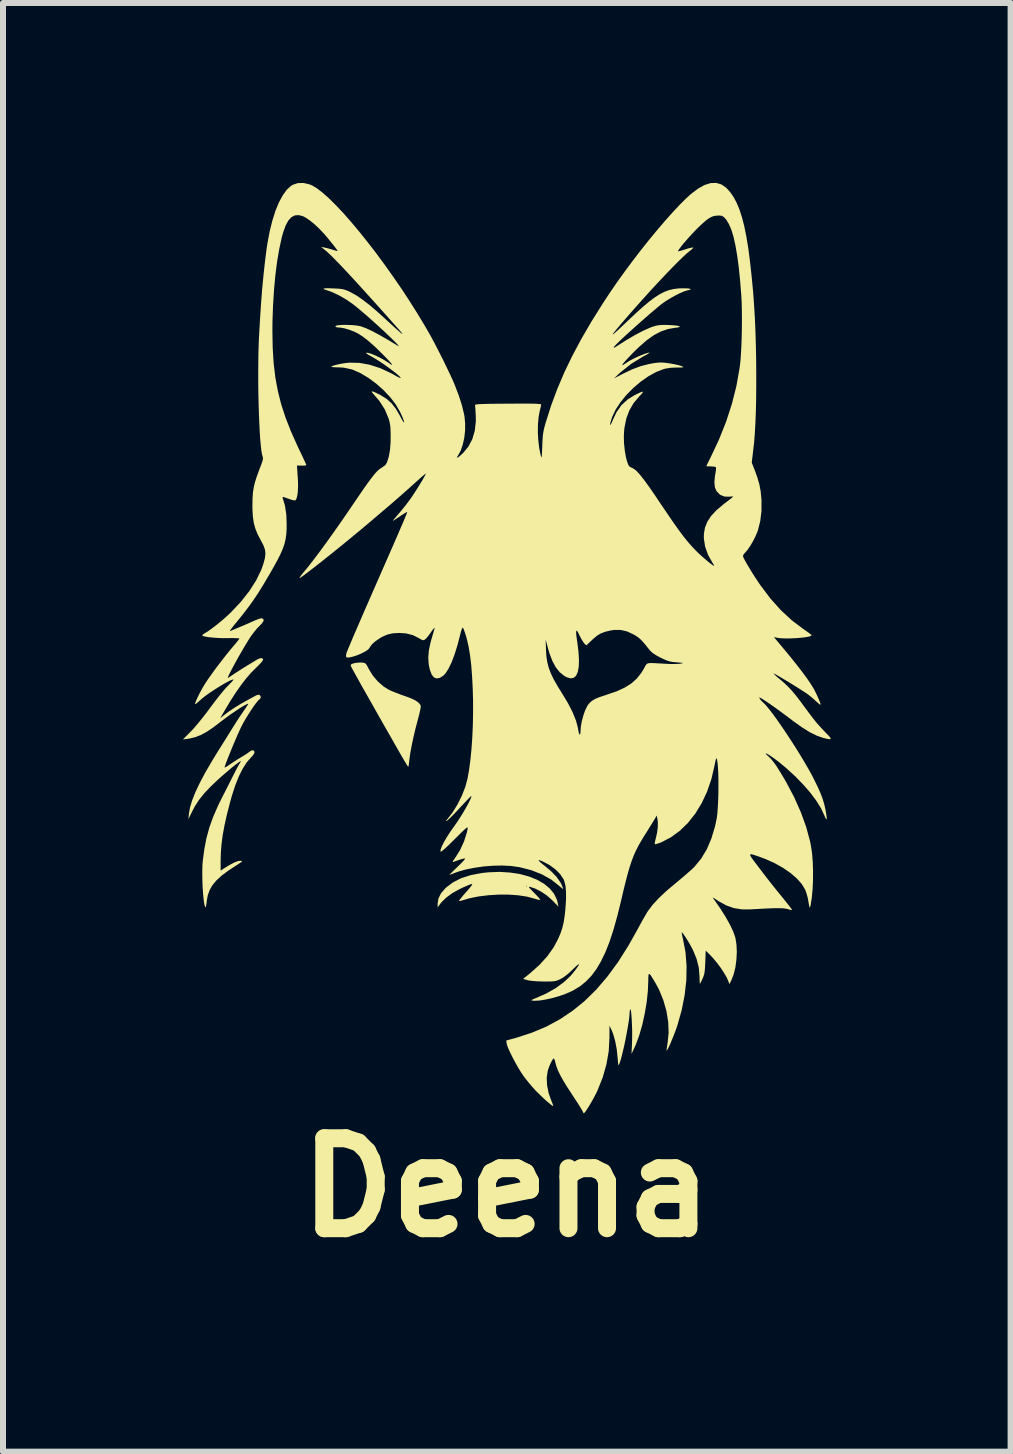
<source format=kicad_pcb>
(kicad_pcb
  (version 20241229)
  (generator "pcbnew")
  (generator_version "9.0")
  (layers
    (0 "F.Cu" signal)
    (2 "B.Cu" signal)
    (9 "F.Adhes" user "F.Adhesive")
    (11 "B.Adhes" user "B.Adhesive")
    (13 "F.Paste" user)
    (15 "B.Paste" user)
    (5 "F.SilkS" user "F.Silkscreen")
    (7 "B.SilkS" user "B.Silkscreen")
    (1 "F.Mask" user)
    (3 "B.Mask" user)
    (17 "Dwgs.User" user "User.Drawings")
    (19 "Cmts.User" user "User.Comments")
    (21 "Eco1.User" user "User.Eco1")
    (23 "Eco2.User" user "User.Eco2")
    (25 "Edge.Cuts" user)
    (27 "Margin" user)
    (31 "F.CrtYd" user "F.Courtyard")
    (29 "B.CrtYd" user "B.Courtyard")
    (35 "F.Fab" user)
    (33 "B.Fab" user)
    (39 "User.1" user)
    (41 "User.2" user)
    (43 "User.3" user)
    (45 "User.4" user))
  (footprint "Deena"
    (layer "F.Cu")
    (at 5.393 7.861)
    (property "Reference" "Deena" (at 0 8.89 0) (layer "F.SilkS") (effects (font (size 1.5 1.5) (thickness 0.3))))
    (attr board_only exclude_from_pos_files exclude_from_bom)
    (fp_poly (pts (xy -2.405 0.137) (xy -2.374 0.141) (xy -2.352 0.15) (xy -2.333 0.171) (xy -2.312 0.209) (xy -2.294 0.244) (xy -2.228 0.352) (xy -2.143 0.452) (xy -2.047 0.536) (xy -1.969 0.585) (xy -1.912 0.612) (xy -1.837 0.642) (xy -1.756 0.673) (xy -1.7 0.692) (xy -1.595 0.731) (xy -1.517 0.768) (xy -1.462 0.807) (xy -1.43 0.848) (xy -1.427 0.872) (xy -1.434 0.919) (xy -1.45 0.99) (xy -1.475 1.086) (xy -1.516 1.241) (xy -1.551 1.39) (xy -1.58 1.527) (xy -1.602 1.648) (xy -1.616 1.746) (xy -1.618 1.766) (xy -1.624 1.819) (xy -1.63 1.858) (xy -1.635 1.875) (xy -1.636 1.875) (xy -1.646 1.863) (xy -1.668 1.828) (xy -1.7 1.775) (xy -1.74 1.707) (xy -1.785 1.628) (xy -1.804 1.596) (xy -1.931 1.372) (xy -2.045 1.173) (xy -2.145 0.997) (xy -2.232 0.842) (xy -2.308 0.708) (xy -2.374 0.592) (xy -2.429 0.495) (xy -2.474 0.413) (xy -2.511 0.347) (xy -2.54 0.294) (xy -2.563 0.253) (xy -2.579 0.222) (xy -2.589 0.201) (xy -2.595 0.188) (xy -2.596 0.182) (xy -2.584 0.164) (xy -2.549 0.15) (xy -2.497 0.14) (xy -2.436 0.136)) (stroke (width 0) (type solid)) (fill yes) (layer "F.SilkS"))
    (fp_poly (pts (xy 0.062 3.638) (xy 0.227 3.663) (xy 0.377 3.704) (xy 0.512 3.758) (xy 0.628 3.825) (xy 0.723 3.903) (xy 0.796 3.993) (xy 0.843 4.091) (xy 0.857 4.146) (xy 0.868 4.206) (xy 0.765 4.1) (xy 0.68 4.024) (xy 0.583 3.958) (xy 0.484 3.907) (xy 0.397 3.877) (xy 0.38 3.875) (xy 0.377 3.881) (xy 0.389 3.899) (xy 0.419 3.931) (xy 0.46 3.973) (xy 0.505 4.019) (xy 0.54 4.057) (xy 0.561 4.084) (xy 0.566 4.092) (xy 0.553 4.095) (xy 0.519 4.088) (xy 0.472 4.074) (xy 0.465 4.072) (xy 0.342 4.039) (xy 0.197 4.017) (xy 0.038 4.006) (xy -0.129 4.006) (xy -0.297 4.016) (xy -0.46 4.036) (xy -0.611 4.066) (xy -0.726 4.1) (xy -0.763 4.111) (xy -0.786 4.113) (xy -0.789 4.11) (xy -0.78 4.094) (xy -0.754 4.062) (xy -0.717 4.016) (xy -0.67 3.963) (xy -0.668 3.96) (xy -0.618 3.903) (xy -0.586 3.864) (xy -0.586 3.864) (xy 0.328 3.864) (xy 0.335 3.871) (xy 0.342 3.864) (xy 0.335 3.856) (xy 0.328 3.864) (xy -0.586 3.864) (xy -0.571 3.842) (xy -0.569 3.831) (xy -0.58 3.83) (xy -0.59 3.832) (xy -0.62 3.843) (xy -0.67 3.864) (xy -0.732 3.891) (xy -0.783 3.916) (xy -0.899 3.98) (xy -1 4.054) (xy -1.081 4.132) (xy -1.121 4.184) (xy -1.145 4.221) (xy -1.146 4.155) (xy -1.132 4.069) (xy -1.09 3.985) (xy -1.018 3.901) (xy -1.003 3.887) (xy -0.889 3.801) (xy -0.753 3.732) (xy -0.594 3.681) (xy -0.412 3.646) (xy -0.298 3.634) (xy -0.113 3.627)) (stroke (width 0) (type solid)) (fill yes) (layer "F.SilkS"))
    (fp_poly (pts (xy 3.585 -7.836) (xy 3.664 -7.782) (xy 3.676 -7.77) (xy 3.737 -7.701) (xy 3.793 -7.619) (xy 3.843 -7.523) (xy 3.889 -7.411) (xy 3.931 -7.28) (xy 3.969 -7.131) (xy 4.003 -6.96) (xy 4.035 -6.766) (xy 4.063 -6.548) (xy 4.09 -6.303) (xy 4.116 -6.03) (xy 4.116 -6.03) (xy 4.13 -5.834) (xy 4.143 -5.623) (xy 4.153 -5.4) (xy 4.16 -5.169) (xy 4.165 -4.934) (xy 4.167 -4.7) (xy 4.167 -4.469) (xy 4.165 -4.247) (xy 4.16 -4.037) (xy 4.152 -3.843) (xy 4.142 -3.669) (xy 4.13 -3.519) (xy 4.124 -3.471) (xy 4.092 -3.197) (xy 4.137 -3.083) (xy 4.185 -2.951) (xy 4.219 -2.833) (xy 4.241 -2.718) (xy 4.252 -2.597) (xy 4.254 -2.574) (xy 4.254 -2.391) (xy 4.234 -2.224) (xy 4.195 -2.069) (xy 4.183 -2.036) (xy 4.152 -1.964) (xy 4.112 -1.885) (xy 4.067 -1.809) (xy 4.022 -1.743) (xy 3.982 -1.696) (xy 3.976 -1.691) (xy 3.953 -1.662) (xy 3.945 -1.639) (xy 3.953 -1.615) (xy 3.975 -1.571) (xy 4.009 -1.511) (xy 4.051 -1.44) (xy 4.099 -1.361) (xy 4.151 -1.28) (xy 4.204 -1.2) (xy 4.238 -1.15) (xy 4.405 -0.929) (xy 4.579 -0.735) (xy 4.762 -0.566) (xy 4.956 -0.42) (xy 4.958 -0.419) (xy 5.011 -0.382) (xy 5.054 -0.35) (xy 5.082 -0.328) (xy 5.089 -0.32) (xy 5.079 -0.307) (xy 5.044 -0.296) (xy 4.989 -0.286) (xy 4.921 -0.278) (xy 4.843 -0.271) (xy 4.761 -0.267) (xy 4.681 -0.265) (xy 4.606 -0.267) (xy 4.544 -0.272) (xy 4.52 -0.276) (xy 4.462 -0.287) (xy 4.642 -0.072) (xy 4.751 0.06) (xy 4.852 0.187) (xy 4.941 0.303) (xy 5.017 0.406) (xy 5.077 0.495) (xy 5.12 0.564) (xy 5.124 0.571) (xy 5.156 0.632) (xy 5.186 0.696) (xy 5.212 0.756) (xy 5.232 0.805) (xy 5.24 0.836) (xy 5.241 0.839) (xy 5.231 0.838) (xy 5.206 0.819) (xy 5.171 0.788) (xy 5.17 0.787) (xy 5.117 0.739) (xy 5.056 0.689) (xy 5.017 0.659) (xy 4.979 0.633) (xy 4.923 0.597) (xy 4.855 0.554) (xy 4.78 0.507) (xy 4.703 0.46) (xy 4.628 0.415) (xy 4.561 0.375) (xy 4.506 0.343) (xy 4.468 0.323) (xy 4.456 0.317) (xy 4.456 0.322) (xy 4.475 0.341) (xy 4.51 0.373) (xy 4.549 0.405) (xy 4.625 0.47) (xy 4.694 0.535) (xy 4.76 0.605) (xy 4.829 0.687) (xy 4.904 0.785) (xy 4.959 0.86) (xy 5.039 0.968) (xy 5.106 1.057) (xy 5.166 1.132) (xy 5.224 1.198) (xy 5.283 1.262) (xy 5.333 1.314) (xy 5.381 1.363) (xy 5.406 1.396) (xy 5.407 1.412) (xy 5.384 1.415) (xy 5.334 1.405) (xy 5.279 1.392) (xy 5.175 1.355) (xy 5.058 1.297) (xy 4.927 1.215) (xy 4.78 1.11) (xy 4.779 1.109) (xy 4.668 1.025) (xy 4.561 0.946) (xy 4.463 0.875) (xy 4.377 0.815) (xy 4.308 0.769) (xy 4.267 0.743) (xy 4.232 0.723) (xy 4.218 0.718) (xy 4.22 0.728) (xy 4.226 0.741) (xy 4.251 0.774) (xy 4.278 0.799) (xy 4.316 0.836) (xy 4.367 0.896) (xy 4.429 0.975) (xy 4.499 1.07) (xy 4.575 1.179) (xy 4.655 1.296) (xy 4.737 1.421) (xy 4.819 1.548) (xy 4.898 1.675) (xy 4.972 1.799) (xy 5.041 1.917) (xy 5.1 2.025) (xy 5.13 2.084) (xy 5.191 2.208) (xy 5.238 2.314) (xy 5.273 2.407) (xy 5.3 2.495) (xy 5.32 2.583) (xy 5.323 2.6) (xy 5.336 2.676) (xy 5.342 2.726) (xy 5.34 2.75) (xy 5.331 2.747) (xy 5.315 2.716) (xy 5.302 2.685) (xy 5.248 2.569) (xy 5.17 2.443) (xy 5.071 2.31) (xy 4.952 2.173) (xy 4.818 2.035) (xy 4.671 1.9) (xy 4.541 1.792) (xy 4.482 1.748) (xy 4.429 1.71) (xy 4.384 1.68) (xy 4.349 1.66) (xy 4.328 1.651) (xy 4.324 1.655) (xy 4.338 1.672) (xy 4.374 1.705) (xy 4.375 1.706) (xy 4.412 1.742) (xy 4.452 1.791) (xy 4.498 1.854) (xy 4.55 1.936) (xy 4.613 2.039) (xy 4.661 2.121) (xy 4.797 2.377) (xy 4.91 2.631) (xy 5 2.88) (xy 5.065 3.121) (xy 5.079 3.194) (xy 5.098 3.319) (xy 5.109 3.462) (xy 5.114 3.615) (xy 5.113 3.77) (xy 5.106 3.92) (xy 5.093 4.059) (xy 5.074 4.178) (xy 5.065 4.213) (xy 5.06 4.224) (xy 5.053 4.209) (xy 5.044 4.166) (xy 5.038 4.129) (xy 5.025 4.058) (xy 5.005 3.986) (xy 4.984 3.927) (xy 4.983 3.924) (xy 4.926 3.83) (xy 4.843 3.736) (xy 4.737 3.645) (xy 4.612 3.559) (xy 4.471 3.48) (xy 4.317 3.411) (xy 4.243 3.384) (xy 4.17 3.358) (xy 4.116 3.34) (xy 4.082 3.332) (xy 4.066 3.337) (xy 4.068 3.356) (xy 4.089 3.391) (xy 4.128 3.445) (xy 4.185 3.52) (xy 4.222 3.569) (xy 4.289 3.657) (xy 4.36 3.749) (xy 4.43 3.838) (xy 4.493 3.917) (xy 4.54 3.975) (xy 4.619 4.072) (xy 4.679 4.147) (xy 4.723 4.202) (xy 4.75 4.239) (xy 4.763 4.259) (xy 4.764 4.263) (xy 4.752 4.263) (xy 4.719 4.255) (xy 4.694 4.248) (xy 4.663 4.241) (xy 4.623 4.235) (xy 4.571 4.233) (xy 4.504 4.232) (xy 4.419 4.234) (xy 4.313 4.239) (xy 4.182 4.246) (xy 4.072 4.252) (xy 3.927 4.252) (xy 3.795 4.231) (xy 3.669 4.187) (xy 3.543 4.118) (xy 3.499 4.089) (xy 3.462 4.064) (xy 3.445 4.056) (xy 3.446 4.063) (xy 3.458 4.08) (xy 3.565 4.233) (xy 3.655 4.376) (xy 3.728 4.506) (xy 3.783 4.622) (xy 3.817 4.72) (xy 3.819 4.727) (xy 3.837 4.836) (xy 3.843 4.961) (xy 3.836 5.091) (xy 3.819 5.219) (xy 3.79 5.336) (xy 3.752 5.434) (xy 3.751 5.436) (xy 3.719 5.499) (xy 3.701 5.447) (xy 3.673 5.385) (xy 3.628 5.309) (xy 3.573 5.225) (xy 3.51 5.141) (xy 3.445 5.063) (xy 3.39 5.005) (xy 3.324 4.94) (xy 3.317 5.132) (xy 3.313 5.216) (xy 3.308 5.277) (xy 3.301 5.324) (xy 3.289 5.364) (xy 3.273 5.405) (xy 3.271 5.408) (xy 3.25 5.453) (xy 3.234 5.483) (xy 3.227 5.494) (xy 3.225 5.48) (xy 3.223 5.444) (xy 3.221 5.391) (xy 3.221 5.371) (xy 3.209 5.224) (xy 3.173 5.08) (xy 3.118 4.945) (xy 3.092 4.893) (xy 3.06 4.834) (xy 3.025 4.775) (xy 2.99 4.72) (xy 2.96 4.675) (xy 2.937 4.644) (xy 2.924 4.634) (xy 2.924 4.635) (xy 2.925 4.651) (xy 2.932 4.688) (xy 2.943 4.739) (xy 2.946 4.751) (xy 2.987 4.965) (xy 3.005 5.194) (xy 3.001 5.433) (xy 2.973 5.681) (xy 2.924 5.932) (xy 2.853 6.182) (xy 2.846 6.205) (xy 2.82 6.278) (xy 2.791 6.354) (xy 2.761 6.427) (xy 2.733 6.495) (xy 2.707 6.55) (xy 2.687 6.589) (xy 2.675 6.607) (xy 2.672 6.608) (xy 2.672 6.591) (xy 2.677 6.553) (xy 2.685 6.5) (xy 2.689 6.476) (xy 2.706 6.308) (xy 2.699 6.129) (xy 2.669 5.946) (xy 2.617 5.764) (xy 2.545 5.589) (xy 2.486 5.479) (xy 2.441 5.405) (xy 2.41 5.356) (xy 2.389 5.331) (xy 2.376 5.33) (xy 2.37 5.35) (xy 2.367 5.391) (xy 2.367 5.427) (xy 2.36 5.607) (xy 2.34 5.797) (xy 2.308 5.988) (xy 2.267 6.175) (xy 2.216 6.351) (xy 2.159 6.507) (xy 2.129 6.573) (xy 2.087 6.663) (xy 2.095 6.491) (xy 2.097 6.417) (xy 2.098 6.333) (xy 2.097 6.246) (xy 2.094 6.161) (xy 2.09 6.081) (xy 2.085 6.012) (xy 2.08 5.959) (xy 2.074 5.927) (xy 2.068 5.919) (xy 2.059 5.938) (xy 2.055 5.974) (xy 2.055 5.982) (xy 2.051 6.038) (xy 2.041 6.116) (xy 2.026 6.211) (xy 2.007 6.316) (xy 1.986 6.426) (xy 1.963 6.535) (xy 1.939 6.636) (xy 1.917 6.724) (xy 1.897 6.793) (xy 1.886 6.822) (xy 1.877 6.844) (xy 1.87 6.85) (xy 1.866 6.838) (xy 1.862 6.804) (xy 1.857 6.745) (xy 1.856 6.734) (xy 1.84 6.582) (xy 1.814 6.445) (xy 1.78 6.328) (xy 1.76 6.278) (xy 1.72 6.191) (xy 1.719 6.397) (xy 1.707 6.617) (xy 1.669 6.835) (xy 1.607 7.054) (xy 1.517 7.278) (xy 1.509 7.295) (xy 1.482 7.349) (xy 1.449 7.411) (xy 1.412 7.476) (xy 1.376 7.537) (xy 1.342 7.59) (xy 1.314 7.63) (xy 1.296 7.651) (xy 1.293 7.653) (xy 1.281 7.64) (xy 1.273 7.622) (xy 1.262 7.6) (xy 1.237 7.558) (xy 1.201 7.5) (xy 1.156 7.431) (xy 1.105 7.354) (xy 1.098 7.343) (xy 1.015 7.215) (xy 0.949 7.107) (xy 0.898 7.016) (xy 0.86 6.937) (xy 0.834 6.868) (xy 0.818 6.809) (xy 0.807 6.767) (xy 0.795 6.742) (xy 0.788 6.738) (xy 0.769 6.76) (xy 0.746 6.802) (xy 0.721 6.856) (xy 0.7 6.914) (xy 0.69 6.946) (xy 0.673 7.059) (xy 0.679 7.184) (xy 0.705 7.316) (xy 0.751 7.445) (xy 0.757 7.459) (xy 0.773 7.498) (xy 0.781 7.525) (xy 0.781 7.532) (xy 0.767 7.526) (xy 0.736 7.503) (xy 0.691 7.466) (xy 0.638 7.419) (xy 0.58 7.364) (xy 0.521 7.306) (xy 0.495 7.281) (xy 0.437 7.217) (xy 0.372 7.141) (xy 0.312 7.065) (xy 0.289 7.035) (xy 0.244 6.968) (xy 0.196 6.889) (xy 0.148 6.804) (xy 0.102 6.717) (xy 0.062 6.636) (xy 0.03 6.565) (xy 0.01 6.51) (xy 0.006 6.491) (xy -0.002 6.439) (xy 0.169 6.392) (xy 0.424 6.309) (xy 0.665 6.208) (xy 0.891 6.086) (xy 1.105 5.943) (xy 1.308 5.778) (xy 1.5 5.589) (xy 1.684 5.374) (xy 1.86 5.134) (xy 2.03 4.866) (xy 2.186 4.589) (xy 2.23 4.507) (xy 2.274 4.427) (xy 2.315 4.356) (xy 2.348 4.3) (xy 2.363 4.277) (xy 2.44 4.175) (xy 2.542 4.064) (xy 2.671 3.943) (xy 2.827 3.812) (xy 2.835 3.805) (xy 2.911 3.742) (xy 2.986 3.678) (xy 3.055 3.618) (xy 3.111 3.567) (xy 3.137 3.541) (xy 3.248 3.407) (xy 3.343 3.249) (xy 3.42 3.067) (xy 3.481 2.863) (xy 3.508 2.732) (xy 3.518 2.66) (xy 3.525 2.564) (xy 3.531 2.452) (xy 3.535 2.329) (xy 3.536 2.203) (xy 3.536 2.08) (xy 3.533 1.966) (xy 3.527 1.867) (xy 3.523 1.824) (xy 3.516 1.767) (xy 3.508 1.737) (xy 3.5 1.734) (xy 3.491 1.76) (xy 3.479 1.814) (xy 3.47 1.861) (xy 3.418 2.082) (xy 3.347 2.289) (xy 3.257 2.481) (xy 3.151 2.655) (xy 3.029 2.809) (xy 2.894 2.941) (xy 2.746 3.049) (xy 2.588 3.132) (xy 2.575 3.137) (xy 2.527 3.154) (xy 2.492 3.165) (xy 2.476 3.165) (xy 2.475 3.148) (xy 2.481 3.111) (xy 2.491 3.071) (xy 2.513 2.975) (xy 2.525 2.88) (xy 2.526 2.797) (xy 2.52 2.747) (xy 2.508 2.688) (xy 2.45 2.785) (xy 2.416 2.84) (xy 2.373 2.909) (xy 2.328 2.982) (xy 2.302 3.022) (xy 2.25 3.108) (xy 2.204 3.188) (xy 2.163 3.268) (xy 2.126 3.35) (xy 2.092 3.438) (xy 2.059 3.537) (xy 2.026 3.649) (xy 1.992 3.78) (xy 1.954 3.932) (xy 1.913 4.109) (xy 1.913 4.109) (xy 1.85 4.363) (xy 1.787 4.588) (xy 1.722 4.788) (xy 1.653 4.963) (xy 1.58 5.115) (xy 1.502 5.247) (xy 1.419 5.359) (xy 1.328 5.454) (xy 1.229 5.534) (xy 1.121 5.6) (xy 1.083 5.619) (xy 0.985 5.662) (xy 0.876 5.7) (xy 0.763 5.732) (xy 0.653 5.756) (xy 0.553 5.772) (xy 0.469 5.776) (xy 0.439 5.774) (xy 0.421 5.771) (xy 0.421 5.764) (xy 0.442 5.752) (xy 0.488 5.733) (xy 0.501 5.728) (xy 0.667 5.654) (xy 0.82 5.567) (xy 0.955 5.469) (xy 1.067 5.365) (xy 1.107 5.318) (xy 1.161 5.25) (xy 1.195 5.201) (xy 1.211 5.173) (xy 1.207 5.166) (xy 1.185 5.181) (xy 1.144 5.218) (xy 1.11 5.251) (xy 1.024 5.331) (xy 0.949 5.388) (xy 0.899 5.416) (xy 0.861 5.433) (xy 0.828 5.444) (xy 0.792 5.451) (xy 0.746 5.454) (xy 0.683 5.455) (xy 0.618 5.455) (xy 0.524 5.452) (xy 0.441 5.446) (xy 0.377 5.438) (xy 0.352 5.432) (xy 0.279 5.411) (xy 0.389 5.323) (xy 0.549 5.181) (xy 0.682 5.035) (xy 0.79 4.883) (xy 0.862 4.747) (xy 0.904 4.65) (xy 0.935 4.555) (xy 0.958 4.455) (xy 0.975 4.34) (xy 0.984 4.251) (xy 0.995 4.094) (xy 0.995 3.963) (xy 0.986 3.858) (xy 0.965 3.777) (xy 0.953 3.748) (xy 0.897 3.664) (xy 0.817 3.584) (xy 0.719 3.512) (xy 0.609 3.454) (xy 0.572 3.439) (xy 0.543 3.431) (xy 0.539 3.439) (xy 0.561 3.462) (xy 0.607 3.501) (xy 0.638 3.525) (xy 0.75 3.619) (xy 0.838 3.711) (xy 0.9 3.8) (xy 0.916 3.83) (xy 0.934 3.872) (xy 0.946 3.902) (xy 0.947 3.912) (xy 0.935 3.905) (xy 0.907 3.883) (xy 0.884 3.863) (xy 0.748 3.755) (xy 0.59 3.667) (xy 0.414 3.598) (xy 0.223 3.549) (xy 0.075 3.528) (xy -0.064 3.521) (xy -0.217 3.524) (xy -0.375 3.536) (xy -0.53 3.558) (xy -0.675 3.587) (xy -0.803 3.623) (xy -0.855 3.642) (xy -0.901 3.66) (xy -0.936 3.673) (xy -0.95 3.677) (xy -0.942 3.668) (xy -0.916 3.642) (xy -0.877 3.603) (xy -0.827 3.555) (xy -0.817 3.545) (xy -0.765 3.495) (xy -0.724 3.452) (xy -0.696 3.421) (xy -0.686 3.405) (xy -0.686 3.404) (xy -0.704 3.404) (xy -0.743 3.413) (xy -0.797 3.43) (xy -0.859 3.452) (xy -0.884 3.463) (xy -0.895 3.462) (xy -0.887 3.442) (xy -0.86 3.402) (xy -0.853 3.393) (xy -0.772 3.264) (xy -0.706 3.12) (xy -0.659 2.972) (xy -0.647 2.914) (xy -0.644 2.897) (xy -0.646 2.887) (xy -0.654 2.887) (xy -0.672 2.899) (xy -0.701 2.924) (xy -0.744 2.965) (xy -0.803 3.024) (xy -0.865 3.085) (xy -0.945 3.164) (xy -1.006 3.222) (xy -1.05 3.261) (xy -1.079 3.283) (xy -1.095 3.29) (xy -1.099 3.286) (xy -1.095 3.251) (xy -1.074 3.197) (xy -1.039 3.127) (xy -0.991 3.045) (xy -0.933 2.956) (xy -0.867 2.862) (xy -0.864 2.859) (xy -0.821 2.797) (xy -0.775 2.726) (xy -0.728 2.651) (xy -0.684 2.576) (xy -0.645 2.506) (xy -0.613 2.445) (xy -0.591 2.397) (xy -0.582 2.368) (xy -0.582 2.361) (xy -0.594 2.369) (xy -0.622 2.397) (xy -0.663 2.439) (xy -0.715 2.494) (xy -0.771 2.554) (xy -0.831 2.619) (xy -0.887 2.678) (xy -0.934 2.725) (xy -0.969 2.757) (xy -0.986 2.771) (xy -1.006 2.78) (xy -1.008 2.776) (xy -0.99 2.754) (xy -0.981 2.745) (xy -0.896 2.635) (xy -0.815 2.503) (xy -0.743 2.359) (xy -0.685 2.211) (xy -0.679 2.191) (xy -0.648 2.073) (xy -0.622 1.93) (xy -0.6 1.765) (xy -0.582 1.584) (xy -0.568 1.389) (xy -0.559 1.186) (xy -0.555 0.979) (xy -0.555 0.77) (xy -0.561 0.566) (xy -0.571 0.369) (xy -0.585 0.184) (xy -0.605 0.016) (xy -0.63 -0.133) (xy -0.634 -0.149) (xy -0.651 -0.224) (xy -0.657 -0.246) (xy 0.655 -0.246) (xy 0.661 -0.074) (xy 0.668 0.034) (xy 0.683 0.133) (xy 0.708 0.228) (xy 0.745 0.324) (xy 0.796 0.428) (xy 0.863 0.544) (xy 0.923 0.64) (xy 1.026 0.811) (xy 1.106 0.967) (xy 1.162 1.107) (xy 1.195 1.233) (xy 1.2 1.267) (xy 1.209 1.313) (xy 1.22 1.336) (xy 1.23 1.335) (xy 1.235 1.307) (xy 1.236 1.291) (xy 1.242 1.205) (xy 1.259 1.11) (xy 1.285 1.015) (xy 1.316 0.928) (xy 1.351 0.858) (xy 1.371 0.829) (xy 1.404 0.794) (xy 1.442 0.765) (xy 1.491 0.738) (xy 1.556 0.712) (xy 1.643 0.683) (xy 1.682 0.67) (xy 1.84 0.616) (xy 1.972 0.555) (xy 2.082 0.487) (xy 2.172 0.407) (xy 2.247 0.314) (xy 2.293 0.238) (xy 2.311 0.204) (xy 2.325 0.179) (xy 2.34 0.161) (xy 2.361 0.15) (xy 2.391 0.145) (xy 2.435 0.145) (xy 2.497 0.148) (xy 2.583 0.153) (xy 2.636 0.156) (xy 2.716 0.16) (xy 2.792 0.161) (xy 2.856 0.159) (xy 2.897 0.156) (xy 2.931 0.149) (xy 2.946 0.145) (xy 2.939 0.142) (xy 2.908 0.139) (xy 2.85 0.134) (xy 2.839 0.133) (xy 2.774 0.127) (xy 2.721 0.117) (xy 2.672 0.101) (xy 2.613 0.075) (xy 2.571 0.055) (xy 2.499 0.016) (xy 2.446 -0.018) (xy 2.405 -0.054) (xy 2.375 -0.089) (xy 2.319 -0.16) (xy 2.275 -0.211) (xy 2.239 -0.249) (xy 2.205 -0.278) (xy 2.168 -0.304) (xy 2.131 -0.327) (xy 2.017 -0.381) (xy 1.907 -0.407) (xy 1.793 -0.407) (xy 1.731 -0.397) (xy 1.643 -0.375) (xy 1.573 -0.348) (xy 1.512 -0.311) (xy 1.447 -0.257) (xy 1.425 -0.236) (xy 1.334 -0.15) (xy 1.301 -0.18) (xy 1.28 -0.208) (xy 1.252 -0.254) (xy 1.223 -0.309) (xy 1.219 -0.317) (xy 1.194 -0.368) (xy 1.176 -0.394) (xy 1.166 -0.394) (xy 1.163 -0.368) (xy 1.167 -0.314) (xy 1.178 -0.232) (xy 1.183 -0.204) (xy 1.203 -0.042) (xy 1.211 0.095) (xy 1.207 0.207) (xy 1.191 0.294) (xy 1.163 0.356) (xy 1.123 0.391) (xy 1.071 0.4) (xy 1.008 0.382) (xy 0.964 0.358) (xy 0.89 0.298) (xy 0.825 0.217) (xy 0.769 0.114) (xy 0.719 -0.016) (xy 0.692 -0.11) (xy 0.655 -0.246) (xy -0.657 -0.246) (xy -0.67 -0.297) (xy -0.69 -0.36) (xy -0.708 -0.41) (xy -0.722 -0.44) (xy -0.729 -0.447) (xy -0.738 -0.433) (xy -0.751 -0.398) (xy -0.765 -0.348) (xy -0.767 -0.339) (xy -0.814 -0.157) (xy -0.863 0.001) (xy -0.913 0.133) (xy -0.964 0.238) (xy -1.014 0.316) (xy -1.052 0.356) (xy -1.112 0.393) (xy -1.164 0.402) (xy -1.209 0.383) (xy -1.246 0.335) (xy -1.275 0.258) (xy -1.294 0.169) (xy -1.302 0.056) (xy -1.292 -0.067) (xy -1.263 -0.203) (xy -1.236 -0.297) (xy -1.218 -0.357) (xy -1.204 -0.405) (xy -1.197 -0.436) (xy -1.197 -0.443) (xy -1.208 -0.435) (xy -1.23 -0.407) (xy -1.26 -0.366) (xy -1.264 -0.359) (xy -1.299 -0.311) (xy -1.332 -0.272) (xy -1.356 -0.248) (xy -1.356 -0.248) (xy -1.377 -0.237) (xy -1.398 -0.237) (xy -1.428 -0.252) (xy -1.457 -0.27) (xy -1.558 -0.32) (xy -1.669 -0.349) (xy -1.787 -0.357) (xy -1.892 -0.351) (xy -1.982 -0.331) (xy -2.069 -0.293) (xy -2.121 -0.262) (xy -2.188 -0.215) (xy -2.236 -0.173) (xy -2.271 -0.126) (xy -2.285 -0.103) (xy -2.31 -0.076) (xy -2.355 -0.047) (xy -2.413 -0.017) (xy -2.477 0.011) (xy -2.541 0.033) (xy -2.599 0.048) (xy -2.644 0.054) (xy -2.669 0.047) (xy -2.675 0.022) (xy -2.665 -0.023) (xy -2.665 -0.025) (xy -2.653 -0.055) (xy -2.63 -0.111) (xy -2.597 -0.19) (xy -2.554 -0.292) (xy -2.501 -0.414) (xy -2.44 -0.555) (xy -2.372 -0.713) (xy -2.296 -0.886) (xy -2.218 -1.065) (xy -2.12 -1.288) (xy -2.034 -1.485) (xy -1.958 -1.658) (xy -1.892 -1.808) (xy -1.836 -1.937) (xy -1.789 -2.046) (xy -1.75 -2.137) (xy -1.718 -2.21) (xy -1.694 -2.268) (xy -1.676 -2.312) (xy -1.663 -2.343) (xy -1.656 -2.363) (xy -1.653 -2.374) (xy -1.653 -2.375) (xy -1.664 -2.371) (xy -1.694 -2.353) (xy -1.738 -2.326) (xy -1.761 -2.311) (xy -1.812 -2.276) (xy -1.856 -2.248) (xy -1.885 -2.229) (xy -1.89 -2.226) (xy -1.89 -2.231) (xy -1.873 -2.254) (xy -1.841 -2.292) (xy -1.801 -2.338) (xy -1.742 -2.408) (xy -1.677 -2.489) (xy -1.616 -2.57) (xy -1.59 -2.606) (xy -1.551 -2.664) (xy -1.508 -2.73) (xy -1.465 -2.798) (xy -1.424 -2.865) (xy -1.389 -2.924) (xy -1.362 -2.973) (xy -1.346 -3.005) (xy -1.343 -3.015) (xy -1.355 -3.007) (xy -1.385 -2.982) (xy -1.429 -2.944) (xy -1.484 -2.895) (xy -1.519 -2.863) (xy -1.638 -2.756) (xy -1.776 -2.634) (xy -1.928 -2.502) (xy -2.091 -2.363) (xy -2.258 -2.221) (xy -2.426 -2.079) (xy -2.591 -1.943) (xy -2.747 -1.815) (xy -2.784 -1.785) (xy -2.907 -1.686) (xy -3.022 -1.594) (xy -3.128 -1.51) (xy -3.222 -1.437) (xy -3.303 -1.375) (xy -3.368 -1.325) (xy -3.415 -1.291) (xy -3.443 -1.273) (xy -3.45 -1.271) (xy -3.444 -1.285) (xy -3.424 -1.315) (xy -3.391 -1.356) (xy -3.384 -1.365) (xy -3.306 -1.459) (xy -3.215 -1.576) (xy -3.111 -1.714) (xy -2.996 -1.871) (xy -2.871 -2.046) (xy -2.738 -2.236) (xy -2.598 -2.44) (xy -2.541 -2.524) (xy -2.45 -2.658) (xy -2.373 -2.77) (xy -2.308 -2.861) (xy -2.254 -2.934) (xy -2.209 -2.992) (xy -2.171 -3.036) (xy -2.138 -3.069) (xy -2.109 -3.093) (xy -2.081 -3.111) (xy -2.076 -3.114) (xy -2.02 -3.154) (xy -1.99 -3.201) (xy -1.96 -3.297) (xy -1.94 -3.41) (xy -1.93 -3.544) (xy -1.929 -3.625) (xy -1.93 -3.714) (xy -1.933 -3.782) (xy -1.94 -3.838) (xy -1.951 -3.889) (xy -1.963 -3.931) (xy -2.026 -4.083) (xy -2.116 -4.224) (xy -2.188 -4.308) (xy -2.225 -4.35) (xy -2.244 -4.376) (xy -2.242 -4.386) (xy -2.218 -4.381) (xy -2.171 -4.36) (xy -2.1 -4.324) (xy -2.094 -4.321) (xy -1.997 -4.261) (xy -1.915 -4.188) (xy -1.844 -4.097) (xy -1.777 -3.983) (xy -1.77 -3.969) (xy -1.738 -3.909) (xy -1.716 -3.875) (xy -1.705 -3.865) (xy -1.705 -3.877) (xy -1.715 -3.91) (xy -1.735 -3.961) (xy -1.765 -4.028) (xy -1.772 -4.042) (xy -1.842 -4.164) (xy -1.935 -4.286) (xy -2.046 -4.404) (xy -2.17 -4.514) (xy -2.3 -4.61) (xy -2.432 -4.689) (xy -2.56 -4.746) (xy -2.583 -4.753) (xy -2.715 -4.781) (xy -2.809 -4.786) (xy -2.864 -4.787) (xy -2.903 -4.791) (xy -2.921 -4.795) (xy -2.921 -4.797) (xy -2.892 -4.812) (xy -2.841 -4.827) (xy -2.775 -4.842) (xy -2.701 -4.855) (xy -2.627 -4.863) (xy -2.612 -4.864) (xy -2.449 -4.86) (xy -2.278 -4.829) (xy -2.102 -4.772) (xy -1.924 -4.689) (xy -1.873 -4.661) (xy -1.824 -4.633) (xy -1.785 -4.614) (xy -1.763 -4.606) (xy -1.761 -4.606) (xy -1.767 -4.62) (xy -1.793 -4.647) (xy -1.837 -4.685) (xy -1.894 -4.729) (xy -1.96 -4.778) (xy -2.031 -4.829) (xy -2.104 -4.878) (xy -2.174 -4.923) (xy -2.237 -4.96) (xy -2.261 -4.973) (xy -2.305 -4.998) (xy -2.333 -5.018) (xy -2.341 -5.029) (xy -2.34 -5.029) (xy -2.309 -5.028) (xy -2.259 -5.014) (xy -2.196 -4.989) (xy -2.126 -4.956) (xy -2.054 -4.918) (xy -1.987 -4.877) (xy -1.96 -4.859) (xy -1.922 -4.833) (xy -1.905 -4.826) (xy -1.908 -4.837) (xy -1.931 -4.866) (xy -1.976 -4.915) (xy -2.042 -4.983) (xy -2.071 -5.012) (xy -2.193 -5.132) (xy -2.301 -5.227) (xy -2.397 -5.301) (xy -2.472 -5.349) (xy -2.539 -5.382) (xy -2.617 -5.412) (xy -2.695 -5.435) (xy -2.761 -5.448) (xy -2.786 -5.449) (xy -2.827 -5.453) (xy -2.849 -5.463) (xy -2.848 -5.475) (xy -2.825 -5.485) (xy -2.778 -5.491) (xy -2.711 -5.494) (xy -2.633 -5.493) (xy -2.553 -5.489) (xy -2.482 -5.481) (xy -2.429 -5.471) (xy -2.426 -5.47) (xy -2.344 -5.44) (xy -2.24 -5.392) (xy -2.116 -5.326) (xy -1.973 -5.244) (xy -1.813 -5.147) (xy -1.809 -5.144) (xy -1.794 -5.138) (xy -1.799 -5.148) (xy -1.821 -5.174) (xy -1.859 -5.213) (xy -1.909 -5.263) (xy -1.97 -5.321) (xy -2.038 -5.386) (xy -2.112 -5.454) (xy -2.189 -5.524) (xy -2.267 -5.594) (xy -2.343 -5.661) (xy -2.415 -5.722) (xy -2.48 -5.777) (xy -2.536 -5.822) (xy -2.559 -5.84) (xy -2.673 -5.919) (xy -2.792 -5.987) (xy -2.907 -6.041) (xy -2.985 -6.069) (xy -3.03 -6.083) (xy -3.049 -6.094) (xy -3.041 -6.101) (xy -3.006 -6.104) (xy -2.943 -6.104) (xy -2.864 -6.101) (xy -2.79 -6.097) (xy -2.735 -6.09) (xy -2.688 -6.078) (xy -2.639 -6.059) (xy -2.604 -6.042) (xy -2.508 -5.99) (xy -2.402 -5.918) (xy -2.282 -5.826) (xy -2.149 -5.712) (xy -2.056 -5.628) (xy -1.953 -5.533) (xy -1.87 -5.457) (xy -1.807 -5.401) (xy -1.764 -5.363) (xy -1.739 -5.344) (xy -1.732 -5.342) (xy -1.741 -5.357) (xy -1.767 -5.388) (xy -1.807 -5.434) (xy -1.847 -5.479) (xy -2.049 -5.705) (xy -2.231 -5.908) (xy -2.395 -6.089) (xy -2.54 -6.248) (xy -2.667 -6.385) (xy -2.775 -6.5) (xy -2.866 -6.593) (xy -2.938 -6.665) (xy -2.993 -6.716) (xy -3.015 -6.734) (xy -3.089 -6.794) (xy -3.03 -6.783) (xy -2.98 -6.771) (xy -2.92 -6.755) (xy -2.892 -6.746) (xy -2.85 -6.733) (xy -2.821 -6.726) (xy -2.814 -6.727) (xy -2.823 -6.744) (xy -2.848 -6.778) (xy -2.885 -6.826) (xy -2.93 -6.882) (xy -2.979 -6.942) (xy -3.029 -7.001) (xy -3.05 -7.024) (xy -3.123 -7.101) (xy -3.199 -7.172) (xy -3.274 -7.233) (xy -3.342 -7.28) (xy -3.385 -7.303) (xy -3.459 -7.324) (xy -3.525 -7.32) (xy -3.583 -7.29) (xy -3.634 -7.235) (xy -3.68 -7.151) (xy -3.72 -7.04) (xy -3.743 -6.959) (xy -3.785 -6.768) (xy -3.822 -6.553) (xy -3.852 -6.318) (xy -3.875 -6.067) (xy -3.891 -5.804) (xy -3.9 -5.535) (xy -3.901 -5.386) (xy -3.896 -5.109) (xy -3.88 -4.855) (xy -3.852 -4.618) (xy -3.81 -4.391) (xy -3.754 -4.169) (xy -3.681 -3.945) (xy -3.59 -3.714) (xy -3.481 -3.47) (xy -3.453 -3.411) (xy -3.415 -3.333) (xy -3.383 -3.264) (xy -3.357 -3.208) (xy -3.34 -3.171) (xy -3.335 -3.156) (xy -3.348 -3.15) (xy -3.383 -3.147) (xy -3.413 -3.147) (xy -3.491 -3.149) (xy -3.488 -3.097) (xy -3.486 -3.059) (xy -3.482 -3.002) (xy -3.477 -2.933) (xy -3.475 -2.896) (xy -3.473 -2.808) (xy -3.476 -2.727) (xy -3.484 -2.657) (xy -3.497 -2.603) (xy -3.513 -2.572) (xy -3.52 -2.567) (xy -3.543 -2.568) (xy -3.584 -2.578) (xy -3.636 -2.596) (xy -3.64 -2.597) (xy -3.691 -2.616) (xy -3.72 -2.624) (xy -3.732 -2.622) (xy -3.731 -2.611) (xy -3.73 -2.609) (xy -3.692 -2.482) (xy -3.669 -2.331) (xy -3.663 -2.174) (xy -3.664 -2.081) (xy -3.67 -1.997) (xy -3.681 -1.92) (xy -3.699 -1.844) (xy -3.726 -1.765) (xy -3.763 -1.679) (xy -3.811 -1.582) (xy -3.873 -1.469) (xy -3.948 -1.337) (xy -3.969 -1.302) (xy -4.056 -1.155) (xy -4.134 -1.029) (xy -4.209 -0.917) (xy -4.283 -0.812) (xy -4.361 -0.709) (xy -4.42 -0.634) (xy -4.487 -0.551) (xy -4.538 -0.489) (xy -4.573 -0.444) (xy -4.596 -0.414) (xy -4.608 -0.397) (xy -4.611 -0.389) (xy -4.608 -0.388) (xy -4.6 -0.391) (xy -4.578 -0.4) (xy -4.535 -0.418) (xy -4.478 -0.442) (xy -4.437 -0.459) (xy -4.363 -0.49) (xy -4.286 -0.524) (xy -4.218 -0.554) (xy -4.196 -0.564) (xy -4.144 -0.585) (xy -4.101 -0.599) (xy -4.075 -0.602) (xy -4.074 -0.602) (xy -4.049 -0.584) (xy -4.048 -0.558) (xy -4.073 -0.52) (xy -4.109 -0.482) (xy -4.155 -0.435) (xy -4.205 -0.374) (xy -4.251 -0.313) (xy -4.256 -0.307) (xy -4.29 -0.255) (xy -4.33 -0.19) (xy -4.375 -0.115) (xy -4.422 -0.034) (xy -4.47 0.049) (xy -4.515 0.131) (xy -4.557 0.208) (xy -4.593 0.277) (xy -4.621 0.332) (xy -4.639 0.372) (xy -4.645 0.392) (xy -4.642 0.393) (xy -4.621 0.38) (xy -4.583 0.355) (xy -4.534 0.322) (xy -4.519 0.312) (xy -4.451 0.268) (xy -4.375 0.22) (xy -4.306 0.177) (xy -4.305 0.177) (xy -4.25 0.144) (xy -4.199 0.113) (xy -4.163 0.09) (xy -4.157 0.087) (xy -4.109 0.065) (xy -4.074 0.064) (xy -4.055 0.081) (xy -4.062 0.103) (xy -4.092 0.141) (xy -4.144 0.195) (xy -4.174 0.224) (xy -4.26 0.31) (xy -4.344 0.408) (xy -4.429 0.519) (xy -4.518 0.647) (xy -4.613 0.796) (xy -4.716 0.969) (xy -4.728 0.99) (xy -4.771 1.065) (xy -4.704 1.011) (xy -4.627 0.953) (xy -4.532 0.889) (xy -4.429 0.826) (xy -4.329 0.77) (xy -4.325 0.768) (xy -4.27 0.738) (xy -4.22 0.711) (xy -4.185 0.691) (xy -4.182 0.689) (xy -4.147 0.675) (xy -4.119 0.674) (xy -4.099 0.695) (xy -4.096 0.723) (xy -4.11 0.746) (xy -4.116 0.749) (xy -4.136 0.767) (xy -4.168 0.805) (xy -4.209 0.86) (xy -4.254 0.927) (xy -4.301 1) (xy -4.347 1.074) (xy -4.388 1.146) (xy -4.421 1.21) (xy -4.423 1.213) (xy -4.451 1.274) (xy -4.484 1.347) (xy -4.519 1.429) (xy -4.556 1.516) (xy -4.592 1.603) (xy -4.625 1.686) (xy -4.655 1.76) (xy -4.678 1.821) (xy -4.693 1.864) (xy -4.699 1.886) (xy -4.698 1.887) (xy -4.684 1.882) (xy -4.652 1.864) (xy -4.609 1.835) (xy -4.598 1.827) (xy -4.534 1.784) (xy -4.462 1.739) (xy -4.407 1.706) (xy -4.354 1.674) (xy -4.308 1.643) (xy -4.278 1.62) (xy -4.278 1.62) (xy -4.244 1.6) (xy -4.215 1.602) (xy -4.2 1.624) (xy -4.199 1.634) (xy -4.209 1.66) (xy -4.235 1.695) (xy -4.252 1.713) (xy -4.326 1.797) (xy -4.395 1.903) (xy -4.459 2.031) (xy -4.52 2.183) (xy -4.578 2.363) (xy -4.606 2.464) (xy -4.659 2.669) (xy -4.7 2.852) (xy -4.73 3.017) (xy -4.75 3.171) (xy -4.761 3.317) (xy -4.764 3.444) (xy -4.764 3.606) (xy -4.716 3.574) (xy -4.612 3.51) (xy -4.529 3.467) (xy -4.467 3.445) (xy -4.435 3.442) (xy -4.414 3.445) (xy -4.407 3.451) (xy -4.417 3.462) (xy -4.446 3.482) (xy -4.497 3.515) (xy -4.505 3.52) (xy -4.64 3.609) (xy -4.749 3.691) (xy -4.835 3.77) (xy -4.9 3.848) (xy -4.947 3.929) (xy -4.978 4.016) (xy -4.996 4.112) (xy -4.998 4.135) (xy -5.004 4.181) (xy -5.012 4.211) (xy -5.019 4.218) (xy -5.03 4.192) (xy -5.04 4.142) (xy -5.049 4.072) (xy -5.057 3.987) (xy -5.064 3.891) (xy -5.068 3.791) (xy -5.07 3.691) (xy -5.07 3.595) (xy -5.067 3.509) (xy -5.063 3.454) (xy -5.037 3.253) (xy -5.001 3.066) (xy -4.952 2.886) (xy -4.887 2.706) (xy -4.805 2.518) (xy -4.738 2.382) (xy -4.69 2.289) (xy -4.642 2.194) (xy -4.597 2.105) (xy -4.559 2.029) (xy -4.53 1.973) (xy -4.53 1.973) (xy -4.498 1.91) (xy -4.467 1.853) (xy -4.441 1.809) (xy -4.432 1.794) (xy -4.425 1.78) (xy -4.439 1.784) (xy -4.47 1.805) (xy -4.518 1.841) (xy -4.579 1.89) (xy -4.651 1.951) (xy -4.734 2.022) (xy -4.807 2.087) (xy -4.933 2.207) (xy -5.037 2.317) (xy -5.122 2.423) (xy -5.192 2.53) (xy -5.236 2.613) (xy -5.302 2.747) (xy -5.293 2.658) (xy -5.275 2.554) (xy -5.239 2.434) (xy -5.185 2.298) (xy -5.112 2.144) (xy -5.021 1.972) (xy -4.909 1.78) (xy -4.808 1.615) (xy -4.749 1.521) (xy -4.691 1.429) (xy -4.638 1.343) (xy -4.592 1.27) (xy -4.557 1.213) (xy -4.543 1.191) (xy -4.502 1.126) (xy -4.453 1.05) (xy -4.403 0.977) (xy -4.389 0.956) (xy -4.353 0.904) (xy -4.324 0.861) (xy -4.307 0.833) (xy -4.303 0.825) (xy -4.314 0.825) (xy -4.345 0.839) (xy -4.393 0.866) (xy -4.453 0.903) (xy -4.52 0.948) (xy -4.593 0.997) (xy -4.665 1.049) (xy -4.734 1.101) (xy -4.772 1.13) (xy -4.891 1.221) (xy -4.997 1.292) (xy -5.093 1.344) (xy -5.185 1.38) (xy -5.278 1.403) (xy -5.314 1.408) (xy -5.393 1.419) (xy -5.261 1.286) (xy -5.206 1.227) (xy -5.14 1.149) (xy -5.068 1.06) (xy -4.994 0.965) (xy -4.941 0.893) (xy -4.877 0.808) (xy -4.812 0.723) (xy -4.75 0.646) (xy -4.695 0.58) (xy -4.651 0.533) (xy -4.647 0.529) (xy -4.604 0.485) (xy -4.57 0.449) (xy -4.551 0.426) (xy -4.548 0.42) (xy -4.567 0.421) (xy -4.606 0.436) (xy -4.66 0.464) (xy -4.726 0.501) (xy -4.798 0.545) (xy -4.873 0.593) (xy -4.947 0.642) (xy -5.015 0.69) (xy -5.072 0.735) (xy -5.115 0.773) (xy -5.118 0.775) (xy -5.153 0.807) (xy -5.179 0.827) (xy -5.189 0.831) (xy -5.188 0.813) (xy -5.174 0.775) (xy -5.151 0.723) (xy -5.121 0.661) (xy -5.086 0.595) (xy -5.05 0.532) (xy -5.025 0.491) (xy -4.974 0.414) (xy -4.908 0.321) (xy -4.833 0.218) (xy -4.753 0.114) (xy -4.675 0.013) (xy -4.603 -0.076) (xy -4.558 -0.129) (xy -4.515 -0.18) (xy -4.48 -0.223) (xy -4.458 -0.252) (xy -4.452 -0.263) (xy -4.466 -0.268) (xy -4.504 -0.27) (xy -4.56 -0.272) (xy -4.629 -0.271) (xy -4.634 -0.271) (xy -4.718 -0.27) (xy -4.804 -0.273) (xy -4.887 -0.279) (xy -4.96 -0.286) (xy -5.019 -0.296) (xy -5.058 -0.306) (xy -5.07 -0.314) (xy -5.064 -0.328) (xy -5.038 -0.347) (xy -5.035 -0.348) (xy -4.979 -0.382) (xy -4.908 -0.433) (xy -4.827 -0.495) (xy -4.742 -0.565) (xy -4.659 -0.638) (xy -4.595 -0.698) (xy -4.427 -0.876) (xy -4.285 -1.056) (xy -4.171 -1.235) (xy -4.085 -1.413) (xy -4.051 -1.511) (xy -4.026 -1.603) (xy -4.017 -1.678) (xy -4.025 -1.747) (xy -4.051 -1.819) (xy -4.092 -1.897) (xy -4.146 -1.999) (xy -4.185 -2.096) (xy -4.212 -2.194) (xy -4.227 -2.302) (xy -4.234 -2.427) (xy -4.234 -2.494) (xy -4.232 -2.602) (xy -4.226 -2.695) (xy -4.213 -2.78) (xy -4.193 -2.865) (xy -4.164 -2.958) (xy -4.124 -3.068) (xy -4.108 -3.11) (xy -4.08 -3.182) (xy -4.064 -3.232) (xy -4.058 -3.266) (xy -4.06 -3.289) (xy -4.063 -3.296) (xy -4.074 -3.334) (xy -4.085 -3.399) (xy -4.095 -3.488) (xy -4.105 -3.598) (xy -4.113 -3.725) (xy -4.12 -3.867) (xy -4.126 -4.021) (xy -4.131 -4.185) (xy -4.135 -4.354) (xy -4.137 -4.526) (xy -4.137 -4.698) (xy -4.136 -4.867) (xy -4.134 -5.03) (xy -4.129 -5.184) (xy -4.126 -5.263) (xy -4.11 -5.549) (xy -4.092 -5.826) (xy -4.072 -6.09) (xy -4.048 -6.337) (xy -4.023 -6.564) (xy -3.997 -6.767) (xy -3.983 -6.858) (xy -3.946 -7.055) (xy -3.901 -7.235) (xy -3.85 -7.396) (xy -3.792 -7.536) (xy -3.729 -7.653) (xy -3.663 -7.745) (xy -3.592 -7.811) (xy -3.557 -7.832) (xy -3.475 -7.858) (xy -3.382 -7.86) (xy -3.285 -7.838) (xy -3.238 -7.819) (xy -3.158 -7.771) (xy -3.065 -7.699) (xy -2.96 -7.606) (xy -2.845 -7.492) (xy -2.721 -7.361) (xy -2.591 -7.213) (xy -2.454 -7.05) (xy -2.315 -6.876) (xy -2.172 -6.691) (xy -2.029 -6.497) (xy -1.887 -6.297) (xy -1.746 -6.093) (xy -1.61 -5.885) (xy -1.479 -5.677) (xy -1.355 -5.471) (xy -1.305 -5.385) (xy -1.248 -5.284) (xy -1.186 -5.167) (xy -1.121 -5.04) (xy -1.055 -4.91) (xy -0.993 -4.782) (xy -0.936 -4.663) (xy -0.888 -4.558) (xy -0.858 -4.486) (xy -0.793 -4.315) (xy -0.741 -4.154) (xy -0.706 -4.009) (xy -0.698 -3.969) (xy -0.687 -3.853) (xy -0.688 -3.731) (xy -0.702 -3.609) (xy -0.727 -3.496) (xy -0.761 -3.397) (xy -0.797 -3.331) (xy -0.819 -3.294) (xy -0.822 -3.279) (xy -0.806 -3.284) (xy -0.774 -3.309) (xy -0.725 -3.354) (xy -0.724 -3.354) (xy -0.634 -3.463) (xy -0.568 -3.587) (xy -0.527 -3.727) (xy -0.509 -3.885) (xy -0.51 -3.975) (xy -0.514 -4.042) (xy -0.517 -4.1) (xy -0.521 -4.14) (xy -0.523 -4.154) (xy -0.521 -4.16) (xy -0.512 -4.165) (xy -0.492 -4.168) (xy -0.458 -4.172) (xy -0.408 -4.174) (xy -0.34 -4.176) (xy -0.25 -4.178) (xy -0.137 -4.179) (xy 0.004 -4.18) (xy 0.026 -4.18) (xy 0.175 -4.181) (xy 0.296 -4.181) (xy 0.392 -4.181) (xy 0.466 -4.18) (xy 0.519 -4.177) (xy 0.554 -4.174) (xy 0.574 -4.171) (xy 0.58 -4.166) (xy 0.58 -4.165) (xy 0.577 -4.141) (xy 0.567 -4.099) (xy 0.558 -4.065) (xy 0.538 -3.961) (xy 0.527 -3.838) (xy 0.525 -3.703) (xy 0.533 -3.566) (xy 0.549 -3.434) (xy 0.571 -3.327) (xy 0.579 -3.3) (xy 0.584 -3.286) (xy 0.588 -3.289) (xy 0.591 -3.31) (xy 0.594 -3.354) (xy 0.597 -3.423) (xy 0.599 -3.476) (xy 0.603 -3.57) (xy 0.608 -3.644) (xy 0.617 -3.706) (xy 0.629 -3.766) (xy 0.647 -3.834) (xy 0.649 -3.84) (xy 1.731 -3.84) (xy 1.732 -3.825) (xy 1.742 -3.833) (xy 1.758 -3.867) (xy 1.771 -3.899) (xy 1.837 -4.039) (xy 1.92 -4.156) (xy 2.023 -4.251) (xy 2.14 -4.323) (xy 2.21 -4.357) (xy 2.255 -4.376) (xy 2.276 -4.381) (xy 2.275 -4.369) (xy 2.254 -4.341) (xy 2.213 -4.298) (xy 2.12 -4.187) (xy 2.051 -4.068) (xy 2.001 -3.935) (xy 1.97 -3.782) (xy 1.965 -3.744) (xy 1.959 -3.639) (xy 1.962 -3.519) (xy 1.975 -3.396) (xy 1.995 -3.284) (xy 2.01 -3.226) (xy 2.028 -3.174) (xy 2.044 -3.142) (xy 2.066 -3.123) (xy 2.097 -3.109) (xy 2.128 -3.092) (xy 2.164 -3.064) (xy 2.204 -3.023) (xy 2.252 -2.966) (xy 2.309 -2.892) (xy 2.377 -2.798) (xy 2.457 -2.683) (xy 2.534 -2.568) (xy 2.635 -2.419) (xy 2.722 -2.291) (xy 2.796 -2.183) (xy 2.861 -2.092) (xy 2.918 -2.014) (xy 2.97 -1.946) (xy 3.018 -1.887) (xy 3.065 -1.832) (xy 3.112 -1.78) (xy 3.161 -1.729) (xy 3.207 -1.684) (xy 3.26 -1.635) (xy 3.316 -1.587) (xy 3.369 -1.542) (xy 3.416 -1.505) (xy 3.45 -1.481) (xy 3.465 -1.474) (xy 3.462 -1.485) (xy 3.447 -1.512) (xy 3.44 -1.522) (xy 3.363 -1.659) (xy 3.314 -1.798) (xy 3.293 -1.935) (xy 3.294 -2.01) (xy 3.312 -2.114) (xy 3.352 -2.213) (xy 3.416 -2.31) (xy 3.506 -2.406) (xy 3.622 -2.504) (xy 3.647 -2.523) (xy 3.701 -2.564) (xy 3.744 -2.598) (xy 3.773 -2.621) (xy 3.782 -2.631) (xy 3.768 -2.633) (xy 3.735 -2.631) (xy 3.711 -2.629) (xy 3.632 -2.632) (xy 3.563 -2.662) (xy 3.506 -2.72) (xy 3.503 -2.725) (xy 3.477 -2.786) (xy 3.469 -2.87) (xy 3.478 -2.975) (xy 3.487 -3.025) (xy 3.495 -3.073) (xy 3.496 -3.109) (xy 3.493 -3.122) (xy 3.472 -3.129) (xy 3.433 -3.133) (xy 3.408 -3.134) (xy 3.366 -3.135) (xy 3.34 -3.137) (xy 3.335 -3.138) (xy 3.341 -3.152) (xy 3.358 -3.187) (xy 3.382 -3.237) (xy 3.4 -3.272) (xy 3.545 -3.581) (xy 3.665 -3.881) (xy 3.761 -4.177) (xy 3.836 -4.474) (xy 3.889 -4.775) (xy 3.894 -4.809) (xy 3.904 -4.899) (xy 3.912 -5.013) (xy 3.919 -5.144) (xy 3.924 -5.288) (xy 3.927 -5.437) (xy 3.928 -5.587) (xy 3.927 -5.73) (xy 3.924 -5.861) (xy 3.918 -5.975) (xy 3.917 -5.993) (xy 3.897 -6.242) (xy 3.874 -6.463) (xy 3.848 -6.656) (xy 3.819 -6.823) (xy 3.787 -6.964) (xy 3.752 -7.08) (xy 3.712 -7.173) (xy 3.669 -7.244) (xy 3.656 -7.261) (xy 3.623 -7.295) (xy 3.594 -7.312) (xy 3.555 -7.317) (xy 3.534 -7.317) (xy 3.482 -7.313) (xy 3.433 -7.3) (xy 3.382 -7.274) (xy 3.326 -7.233) (xy 3.26 -7.175) (xy 3.179 -7.097) (xy 3.177 -7.095) (xy 3.119 -7.035) (xy 3.059 -6.97) (xy 3.002 -6.906) (xy 2.95 -6.846) (xy 2.908 -6.793) (xy 2.878 -6.752) (xy 2.863 -6.726) (xy 2.863 -6.72) (xy 2.878 -6.723) (xy 2.915 -6.732) (xy 2.966 -6.747) (xy 2.984 -6.753) (xy 3.04 -6.77) (xy 3.086 -6.781) (xy 3.113 -6.786) (xy 3.116 -6.785) (xy 3.113 -6.775) (xy 3.091 -6.752) (xy 3.058 -6.726) (xy 3.008 -6.685) (xy 2.941 -6.623) (xy 2.859 -6.543) (xy 2.765 -6.448) (xy 2.659 -6.338) (xy 2.545 -6.217) (xy 2.425 -6.088) (xy 2.301 -5.951) (xy 2.175 -5.81) (xy 2.048 -5.666) (xy 1.924 -5.523) (xy 1.909 -5.505) (xy 1.848 -5.433) (xy 1.805 -5.38) (xy 1.779 -5.347) (xy 1.773 -5.334) (xy 1.785 -5.34) (xy 1.817 -5.367) (xy 1.868 -5.414) (xy 1.94 -5.481) (xy 2.025 -5.562) (xy 2.159 -5.688) (xy 2.276 -5.794) (xy 2.38 -5.881) (xy 2.472 -5.95) (xy 2.557 -6.005) (xy 2.636 -6.045) (xy 2.713 -6.074) (xy 2.792 -6.092) (xy 2.874 -6.102) (xy 2.959 -6.104) (xy 3.022 -6.102) (xy 3.061 -6.097) (xy 3.074 -6.089) (xy 3.059 -6.079) (xy 3.016 -6.068) (xy 3.015 -6.068) (xy 2.963 -6.052) (xy 2.893 -6.022) (xy 2.814 -5.982) (xy 2.732 -5.936) (xy 2.653 -5.887) (xy 2.588 -5.841) (xy 2.541 -5.803) (xy 2.476 -5.748) (xy 2.397 -5.681) (xy 2.311 -5.606) (xy 2.22 -5.526) (xy 2.129 -5.445) (xy 2.043 -5.367) (xy 1.966 -5.297) (xy 1.902 -5.237) (xy 1.877 -5.213) (xy 1.828 -5.164) (xy 1.798 -5.13) (xy 1.788 -5.112) (xy 1.798 -5.112) (xy 1.82 -5.125) (xy 1.996 -5.237) (xy 2.151 -5.328) (xy 2.287 -5.399) (xy 2.402 -5.45) (xy 2.442 -5.464) (xy 2.492 -5.479) (xy 2.539 -5.488) (xy 2.593 -5.493) (xy 2.662 -5.493) (xy 2.705 -5.492) (xy 2.785 -5.487) (xy 2.844 -5.481) (xy 2.881 -5.473) (xy 2.894 -5.465) (xy 2.881 -5.456) (xy 2.841 -5.448) (xy 2.81 -5.445) (xy 2.693 -5.424) (xy 2.577 -5.384) (xy 2.461 -5.323) (xy 2.341 -5.238) (xy 2.215 -5.128) (xy 2.143 -5.059) (xy 2.06 -4.974) (xy 1.997 -4.907) (xy 1.955 -4.859) (xy 1.934 -4.83) (xy 1.934 -4.82) (xy 1.955 -4.83) (xy 1.998 -4.859) (xy 2.003 -4.862) (xy 2.05 -4.893) (xy 2.113 -4.926) (xy 2.182 -4.96) (xy 2.253 -4.99) (xy 2.316 -5.014) (xy 2.366 -5.029) (xy 2.388 -5.032) (xy 2.383 -5.025) (xy 2.357 -5.008) (xy 2.314 -4.984) (xy 2.285 -4.969) (xy 2.087 -4.848) (xy 1.906 -4.705) (xy 1.883 -4.684) (xy 1.794 -4.601) (xy 1.95 -4.682) (xy 2.1 -4.753) (xy 2.238 -4.805) (xy 2.373 -4.84) (xy 2.459 -4.856) (xy 2.526 -4.864) (xy 2.583 -4.867) (xy 2.64 -4.863) (xy 2.711 -4.854) (xy 2.738 -4.849) (xy 2.806 -4.837) (xy 2.868 -4.823) (xy 2.913 -4.81) (xy 2.929 -4.803) (xy 2.947 -4.793) (xy 2.949 -4.787) (xy 2.931 -4.784) (xy 2.891 -4.783) (xy 2.843 -4.783) (xy 2.748 -4.779) (xy 2.661 -4.766) (xy 2.628 -4.758) (xy 2.5 -4.709) (xy 2.369 -4.637) (xy 2.239 -4.546) (xy 2.115 -4.44) (xy 2 -4.324) (xy 1.901 -4.201) (xy 1.82 -4.077) (xy 1.763 -3.955) (xy 1.757 -3.937) (xy 1.739 -3.879) (xy 1.731 -3.84) (xy 0.649 -3.84) (xy 0.66 -3.878) (xy 0.748 -4.153) (xy 0.849 -4.425) (xy 0.964 -4.696) (xy 1.097 -4.972) (xy 1.247 -5.254) (xy 1.417 -5.546) (xy 1.608 -5.851) (xy 1.716 -6.015) (xy 1.836 -6.191) (xy 1.965 -6.371) (xy 2.1 -6.553) (xy 2.238 -6.733) (xy 2.377 -6.908) (xy 2.515 -7.075) (xy 2.649 -7.232) (xy 2.777 -7.375) (xy 2.895 -7.501) (xy 3.003 -7.608) (xy 3.08 -7.678) (xy 3.197 -7.766) (xy 3.306 -7.827) (xy 3.406 -7.858) (xy 3.499 -7.861)) (stroke (width 0) (type solid)) (fill yes) (layer "F.SilkS")))
  (gr_rect
    (start -3 -3)
    (end 13.801 21.155)
    (stroke (width 0.1) (type default))
    (fill no)
    (layer "Edge.Cuts")))
</source>
